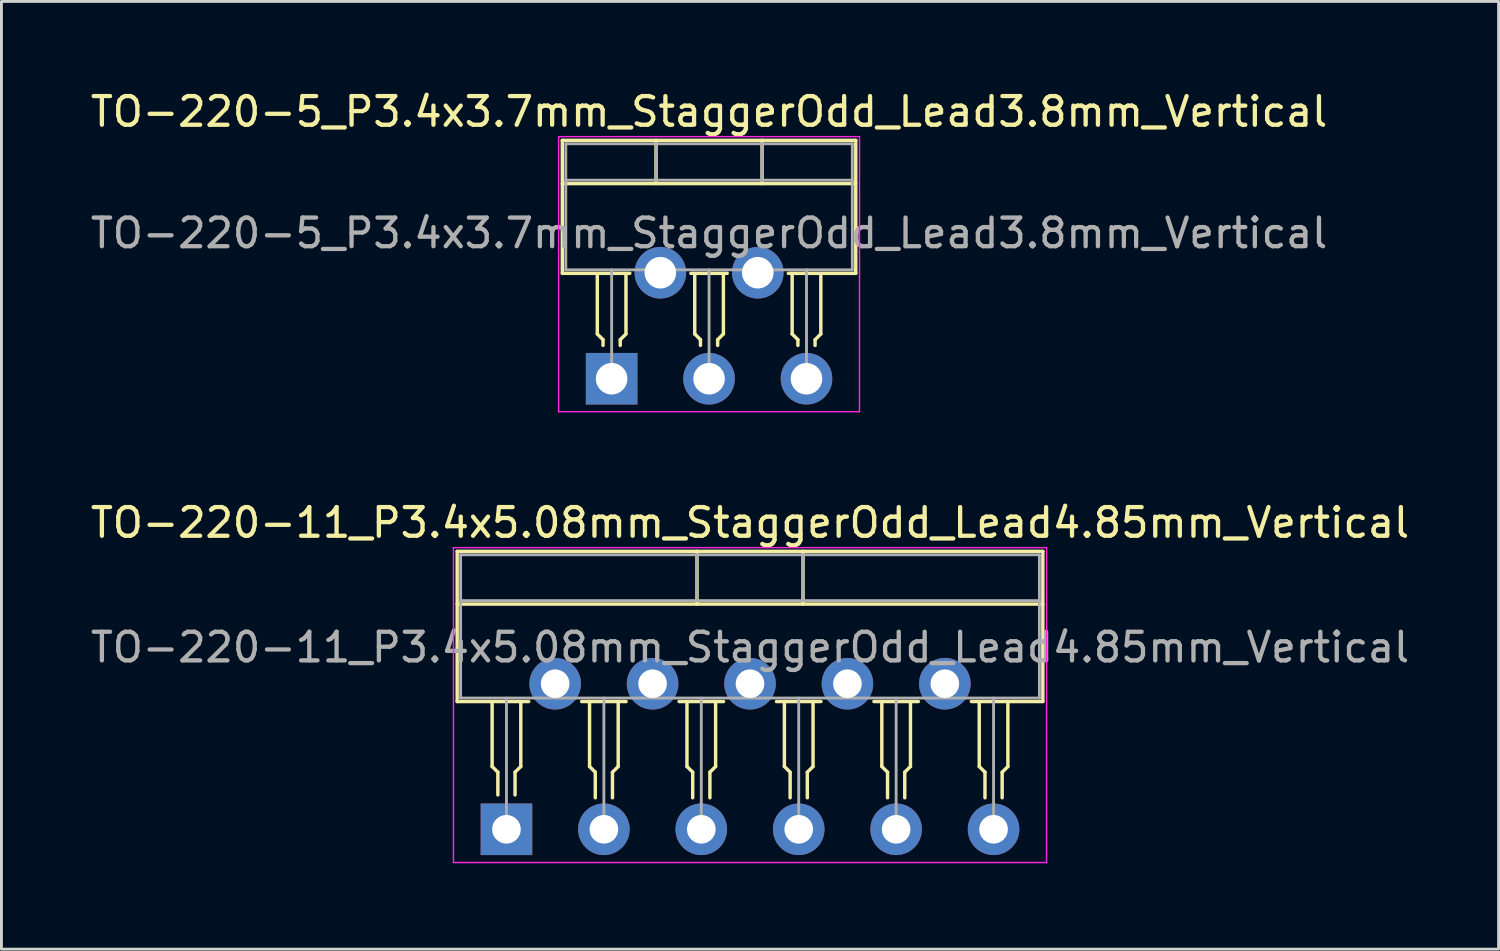
<source format=kicad_pcb>
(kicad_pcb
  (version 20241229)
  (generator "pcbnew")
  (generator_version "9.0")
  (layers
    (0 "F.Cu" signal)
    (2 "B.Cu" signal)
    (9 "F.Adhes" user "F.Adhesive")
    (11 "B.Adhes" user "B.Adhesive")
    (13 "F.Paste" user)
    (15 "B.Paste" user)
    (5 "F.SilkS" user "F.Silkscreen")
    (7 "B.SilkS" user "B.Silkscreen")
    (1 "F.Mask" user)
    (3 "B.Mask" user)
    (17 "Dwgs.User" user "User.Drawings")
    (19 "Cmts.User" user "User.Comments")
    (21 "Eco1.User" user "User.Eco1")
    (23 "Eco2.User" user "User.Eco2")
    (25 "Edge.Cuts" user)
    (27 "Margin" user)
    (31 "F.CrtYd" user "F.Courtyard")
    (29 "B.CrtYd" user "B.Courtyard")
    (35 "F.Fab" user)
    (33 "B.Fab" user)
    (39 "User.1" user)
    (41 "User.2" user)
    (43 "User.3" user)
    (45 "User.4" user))
  (footprint "TO-220-5_P3.4x3.7mm_StaggerOdd_Lead3.8mm_Vertical"
    (layer "F.Cu")
    (at 18.296 10.168)
    (property "Reference" "TO-220-5_P3.4x3.7mm_StaggerOdd_Lead3.8mm_Vertical" (at 3.4 -9.32 0) (layer "F.SilkS") (effects (font (size 1 1) (thickness 0.15))))
    (attr through_hole)
    (fp_line (start -1.721 -8.32) (end -1.721 -3.679) (stroke (width 0.12) (type solid)) (layer "F.SilkS"))
    (fp_line (start -1.721 -8.32) (end 8.52 -8.32) (stroke (width 0.12) (type solid)) (layer "F.SilkS"))
    (fp_line (start -1.721 -6.811) (end 8.52 -6.811) (stroke (width 0.12) (type solid)) (layer "F.SilkS"))
    (fp_line (start -1.721 -3.679) (end 0.635 -3.679) (stroke (width 0.12) (type solid)) (layer "F.SilkS"))
    (fp_line (start -0.5 -3.663) (end -0.5 -1.563) (stroke (width 0.12) (type solid)) (layer "F.SilkS"))
    (fp_line (start -0.5 -1.563) (end -0.3 -1.363) (stroke (width 0.12) (type solid)) (layer "F.SilkS"))
    (fp_line (start -0.3 -1.363) (end -0.3 -1.163) (stroke (width 0.12) (type solid)) (layer "F.SilkS"))
    (fp_line (start 0.3 -1.363) (end 0.3 -1.163) (stroke (width 0.12) (type solid)) (layer "F.SilkS"))
    (fp_line (start 0.5 -3.663) (end 0.5 -1.563) (stroke (width 0.12) (type solid)) (layer "F.SilkS"))
    (fp_line (start 0.5 -1.563) (end 0.3 -1.363) (stroke (width 0.12) (type solid)) (layer "F.SilkS"))
    (fp_line (start 1.55 -8.32) (end 1.55 -6.811) (stroke (width 0.12) (type solid)) (layer "F.SilkS"))
    (fp_line (start 2.765 -3.679) (end 4.035 -3.679) (stroke (width 0.12) (type solid)) (layer "F.SilkS"))
    (fp_line (start 2.9 -3.663) (end 2.9 -1.563) (stroke (width 0.12) (type solid)) (layer "F.SilkS"))
    (fp_line (start 2.9 -1.563) (end 3.1 -1.363) (stroke (width 0.12) (type solid)) (layer "F.SilkS"))
    (fp_line (start 3.1 -1.363) (end 3.1 -1.163) (stroke (width 0.12) (type solid)) (layer "F.SilkS"))
    (fp_line (start 3.7 -1.363) (end 3.7 -1.163) (stroke (width 0.12) (type solid)) (layer "F.SilkS"))
    (fp_line (start 3.9 -3.663) (end 3.9 -1.563) (stroke (width 0.12) (type solid)) (layer "F.SilkS"))
    (fp_line (start 3.9 -1.563) (end 3.7 -1.363) (stroke (width 0.12) (type solid)) (layer "F.SilkS"))
    (fp_line (start 5.25 -8.32) (end 5.25 -6.811) (stroke (width 0.12) (type solid)) (layer "F.SilkS"))
    (fp_line (start 6.165 -3.679) (end 8.52 -3.679) (stroke (width 0.12) (type solid)) (layer "F.SilkS"))
    (fp_line (start 6.3 -3.663) (end 6.3 -1.563) (stroke (width 0.12) (type solid)) (layer "F.SilkS"))
    (fp_line (start 6.3 -1.563) (end 6.5 -1.363) (stroke (width 0.12) (type solid)) (layer "F.SilkS"))
    (fp_line (start 6.5 -1.363) (end 6.5 -1.163) (stroke (width 0.12) (type solid)) (layer "F.SilkS"))
    (fp_line (start 7.1 -1.363) (end 7.1 -1.163) (stroke (width 0.12) (type solid)) (layer "F.SilkS"))
    (fp_line (start 7.3 -3.663) (end 7.3 -1.563) (stroke (width 0.12) (type solid)) (layer "F.SilkS"))
    (fp_line (start 7.3 -1.563) (end 7.1 -1.363) (stroke (width 0.12) (type solid)) (layer "F.SilkS"))
    (fp_line (start 8.52 -8.32) (end 8.52 -3.679) (stroke (width 0.12) (type solid)) (layer "F.SilkS"))
    (fp_line (start -1.85 -8.45) (end -1.85 1.15) (stroke (width 0.05) (type solid)) (layer "F.CrtYd"))
    (fp_line (start -1.85 1.15) (end 8.65 1.15) (stroke (width 0.05) (type solid)) (layer "F.CrtYd"))
    (fp_line (start 8.65 -8.45) (end -1.85 -8.45) (stroke (width 0.05) (type solid)) (layer "F.CrtYd"))
    (fp_line (start 8.65 1.15) (end 8.65 -8.45) (stroke (width 0.05) (type solid)) (layer "F.CrtYd"))
    (fp_line (start -1.6 -8.2) (end -1.6 -3.8) (stroke (width 0.1) (type solid)) (layer "F.Fab"))
    (fp_line (start -1.6 -6.93) (end 8.4 -6.93) (stroke (width 0.1) (type solid)) (layer "F.Fab"))
    (fp_line (start -1.6 -3.8) (end 8.4 -3.8) (stroke (width 0.1) (type solid)) (layer "F.Fab"))
    (fp_line (start 0 -3.8) (end 0 0) (stroke (width 0.1) (type solid)) (layer "F.Fab"))
    (fp_line (start 1.55 -8.2) (end 1.55 -6.93) (stroke (width 0.1) (type solid)) (layer "F.Fab"))
    (fp_line (start 1.7 -3.8) (end 1.7 -3.7) (stroke (width 0.1) (type solid)) (layer "F.Fab"))
    (fp_line (start 3.4 -3.8) (end 3.4 0) (stroke (width 0.1) (type solid)) (layer "F.Fab"))
    (fp_line (start 5.1 -3.8) (end 5.1 -3.7) (stroke (width 0.1) (type solid)) (layer "F.Fab"))
    (fp_line (start 5.25 -8.2) (end 5.25 -6.93) (stroke (width 0.1) (type solid)) (layer "F.Fab"))
    (fp_line (start 6.8 -3.8) (end 6.8 0) (stroke (width 0.1) (type solid)) (layer "F.Fab"))
    (fp_line (start 8.4 -8.2) (end -1.6 -8.2) (stroke (width 0.1) (type solid)) (layer "F.Fab"))
    (fp_line (start 8.4 -3.8) (end 8.4 -8.2) (stroke (width 0.1) (type solid)) (layer "F.Fab"))
    (fp_text user "${REFERENCE}" (at 3.4 -5.08 0) (layer "F.Fab") (effects (font (size 1 1) (thickness 0.15))))
    (pad "1" thru_hole rect (at 0 0) (size 1.8 1.8) (drill 1.1) (layers "*.Cu" "*.Mask"))
    (pad "2" thru_hole oval (at 1.7 -3.7) (size 1.8 1.8) (drill 1.1) (layers "*.Cu" "*.Mask"))
    (pad "3" thru_hole oval (at 3.4 0) (size 1.8 1.8) (drill 1.1) (layers "*.Cu" "*.Mask"))
    (pad "4" thru_hole oval (at 5.1 -3.7) (size 1.8 1.8) (drill 1.1) (layers "*.Cu" "*.Mask"))
    (pad "5" thru_hole oval (at 6.8 0) (size 1.8 1.8) (drill 1.1) (layers "*.Cu" "*.Mask")))
  (footprint "TO-220-11_P3.4x5.08mm_StaggerOdd_Lead4.85mm_Vertical"
    (layer "F.Cu")
    (at 14.625 25.892)
    (property "Reference" "TO-220-11_P3.4x5.08mm_StaggerOdd_Lead4.85mm_Vertical" (at 8.5 -10.7 0) (layer "F.SilkS") (effects (font (size 1 1) (thickness 0.15))))
    (attr through_hole)
    (fp_line (start -1.72 -9.7) (end -1.72 -4.459) (stroke (width 0.12) (type solid)) (layer "F.SilkS"))
    (fp_line (start -1.72 -9.7) (end 18.72 -9.7) (stroke (width 0.12) (type solid)) (layer "F.SilkS"))
    (fp_line (start -1.72 -7.86) (end 18.72 -7.86) (stroke (width 0.12) (type solid)) (layer "F.SilkS"))
    (fp_line (start -1.72 -4.459) (end 0.776 -4.459) (stroke (width 0.12) (type solid)) (layer "F.SilkS"))
    (fp_line (start -0.5 -4.442) (end -0.5 -2.192) (stroke (width 0.12) (type solid)) (layer "F.SilkS"))
    (fp_line (start -0.5 -2.192) (end -0.3 -1.992) (stroke (width 0.12) (type solid)) (layer "F.SilkS"))
    (fp_line (start -0.3 -1.2) (end -0.3 -1.992) (stroke (width 0.12) (type solid)) (layer "F.SilkS"))
    (fp_line (start 0.3 -1.2) (end 0.3 -1.992) (stroke (width 0.12) (type solid)) (layer "F.SilkS"))
    (fp_line (start 0.5 -4.442) (end 0.5 -2.192) (stroke (width 0.12) (type solid)) (layer "F.SilkS"))
    (fp_line (start 0.5 -2.192) (end 0.3 -1.992) (stroke (width 0.12) (type solid)) (layer "F.SilkS"))
    (fp_line (start 2.625 -4.459) (end 4.176 -4.459) (stroke (width 0.12) (type solid)) (layer "F.SilkS"))
    (fp_line (start 2.9 -4.442) (end 2.9 -2.192) (stroke (width 0.12) (type solid)) (layer "F.SilkS"))
    (fp_line (start 2.9 -2.192) (end 3.1 -1.992) (stroke (width 0.12) (type solid)) (layer "F.SilkS"))
    (fp_line (start 3.1 -1.1) (end 3.1 -1.992) (stroke (width 0.12) (type solid)) (layer "F.SilkS"))
    (fp_line (start 3.7 -1.1) (end 3.7 -1.992) (stroke (width 0.12) (type solid)) (layer "F.SilkS"))
    (fp_line (start 3.9 -4.442) (end 3.9 -2.192) (stroke (width 0.12) (type solid)) (layer "F.SilkS"))
    (fp_line (start 3.9 -2.192) (end 3.7 -1.992) (stroke (width 0.12) (type solid)) (layer "F.SilkS"))
    (fp_line (start 6.025 -4.459) (end 7.576 -4.459) (stroke (width 0.12) (type solid)) (layer "F.SilkS"))
    (fp_line (start 6.3 -4.442) (end 6.3 -2.192) (stroke (width 0.12) (type solid)) (layer "F.SilkS"))
    (fp_line (start 6.3 -2.192) (end 6.5 -1.992) (stroke (width 0.12) (type solid)) (layer "F.SilkS"))
    (fp_line (start 6.5 -1.1) (end 6.5 -1.992) (stroke (width 0.12) (type solid)) (layer "F.SilkS"))
    (fp_line (start 6.65 -9.7) (end 6.65 -7.86) (stroke (width 0.12) (type solid)) (layer "F.SilkS"))
    (fp_line (start 7.1 -1.1) (end 7.1 -1.992) (stroke (width 0.12) (type solid)) (layer "F.SilkS"))
    (fp_line (start 7.3 -4.442) (end 7.3 -2.192) (stroke (width 0.12) (type solid)) (layer "F.SilkS"))
    (fp_line (start 7.3 -2.192) (end 7.1 -1.992) (stroke (width 0.12) (type solid)) (layer "F.SilkS"))
    (fp_line (start 9.425 -4.459) (end 10.976 -4.459) (stroke (width 0.12) (type solid)) (layer "F.SilkS"))
    (fp_line (start 9.7 -4.442) (end 9.7 -2.192) (stroke (width 0.12) (type solid)) (layer "F.SilkS"))
    (fp_line (start 9.7 -2.192) (end 9.9 -1.992) (stroke (width 0.12) (type solid)) (layer "F.SilkS"))
    (fp_line (start 9.9 -1.1) (end 9.9 -1.992) (stroke (width 0.12) (type solid)) (layer "F.SilkS"))
    (fp_line (start 10.35 -9.7) (end 10.35 -7.86) (stroke (width 0.12) (type solid)) (layer "F.SilkS"))
    (fp_line (start 10.5 -1.1) (end 10.5 -1.992) (stroke (width 0.12) (type solid)) (layer "F.SilkS"))
    (fp_line (start 10.7 -4.442) (end 10.7 -2.192) (stroke (width 0.12) (type solid)) (layer "F.SilkS"))
    (fp_line (start 10.7 -2.192) (end 10.5 -1.992) (stroke (width 0.12) (type solid)) (layer "F.SilkS"))
    (fp_line (start 12.825 -4.459) (end 14.376 -4.459) (stroke (width 0.12) (type solid)) (layer "F.SilkS"))
    (fp_line (start 13.1 -4.442) (end 13.1 -2.192) (stroke (width 0.12) (type solid)) (layer "F.SilkS"))
    (fp_line (start 13.1 -2.192) (end 13.3 -1.992) (stroke (width 0.12) (type solid)) (layer "F.SilkS"))
    (fp_line (start 13.3 -1.1) (end 13.3 -1.992) (stroke (width 0.12) (type solid)) (layer "F.SilkS"))
    (fp_line (start 13.9 -1.1) (end 13.9 -1.992) (stroke (width 0.12) (type solid)) (layer "F.SilkS"))
    (fp_line (start 14.1 -4.442) (end 14.1 -2.192) (stroke (width 0.12) (type solid)) (layer "F.SilkS"))
    (fp_line (start 14.1 -2.192) (end 13.9 -1.992) (stroke (width 0.12) (type solid)) (layer "F.SilkS"))
    (fp_line (start 16.225 -4.459) (end 18.72 -4.459) (stroke (width 0.12) (type solid)) (layer "F.SilkS"))
    (fp_line (start 16.5 -4.442) (end 16.5 -2.192) (stroke (width 0.12) (type solid)) (layer "F.SilkS"))
    (fp_line (start 16.5 -2.192) (end 16.7 -1.992) (stroke (width 0.12) (type solid)) (layer "F.SilkS"))
    (fp_line (start 16.7 -1.1) (end 16.7 -1.992) (stroke (width 0.12) (type solid)) (layer "F.SilkS"))
    (fp_line (start 17.3 -1.1) (end 17.3 -1.992) (stroke (width 0.12) (type solid)) (layer "F.SilkS"))
    (fp_line (start 17.5 -4.442) (end 17.5 -2.192) (stroke (width 0.12) (type solid)) (layer "F.SilkS"))
    (fp_line (start 17.5 -2.192) (end 17.3 -1.992) (stroke (width 0.12) (type solid)) (layer "F.SilkS"))
    (fp_line (start 18.72 -9.7) (end 18.72 -4.459) (stroke (width 0.12) (type solid)) (layer "F.SilkS"))
    (fp_line (start -1.85 -9.83) (end -1.85 1.16) (stroke (width 0.05) (type solid)) (layer "F.CrtYd"))
    (fp_line (start -1.85 1.16) (end 18.85 1.16) (stroke (width 0.05) (type solid)) (layer "F.CrtYd"))
    (fp_line (start 18.85 -9.83) (end -1.85 -9.83) (stroke (width 0.05) (type solid)) (layer "F.CrtYd"))
    (fp_line (start 18.85 1.16) (end 18.85 -9.83) (stroke (width 0.05) (type solid)) (layer "F.CrtYd"))
    (fp_line (start -1.6 -9.58) (end -1.6 -4.58) (stroke (width 0.1) (type solid)) (layer "F.Fab"))
    (fp_line (start -1.6 -7.98) (end 18.6 -7.98) (stroke (width 0.1) (type solid)) (layer "F.Fab"))
    (fp_line (start -1.6 -4.58) (end 18.6 -4.58) (stroke (width 0.1) (type solid)) (layer "F.Fab"))
    (fp_line (start 0 -4.58) (end 0 0) (stroke (width 0.1) (type solid)) (layer "F.Fab"))
    (fp_line (start 3.4 -4.58) (end 3.4 0) (stroke (width 0.1) (type solid)) (layer "F.Fab"))
    (fp_line (start 6.65 -9.58) (end 6.65 -7.98) (stroke (width 0.1) (type solid)) (layer "F.Fab"))
    (fp_line (start 6.8 -4.58) (end 6.8 0) (stroke (width 0.1) (type solid)) (layer "F.Fab"))
    (fp_line (start 10.2 -4.58) (end 10.2 0) (stroke (width 0.1) (type solid)) (layer "F.Fab"))
    (fp_line (start 10.35 -9.58) (end 10.35 -7.98) (stroke (width 0.1) (type solid)) (layer "F.Fab"))
    (fp_line (start 13.6 -4.58) (end 13.6 0) (stroke (width 0.1) (type solid)) (layer "F.Fab"))
    (fp_line (start 17 -4.58) (end 17 0) (stroke (width 0.1) (type solid)) (layer "F.Fab"))
    (fp_line (start 18.6 -9.58) (end -1.6 -9.58) (stroke (width 0.1) (type solid)) (layer "F.Fab"))
    (fp_line (start 18.6 -4.58) (end 18.6 -9.58) (stroke (width 0.1) (type solid)) (layer "F.Fab"))
    (fp_text user "${REFERENCE}" (at 8.5 -6.35 0) (layer "F.Fab") (effects (font (size 1 1) (thickness 0.15))))
    (pad "1" thru_hole rect (at 0 0) (size 1.8 1.8) (drill 1) (layers "*.Cu" "*.Mask"))
    (pad "2" thru_hole oval (at 1.7 -5.08) (size 1.8 1.8) (drill 1) (layers "*.Cu" "*.Mask"))
    (pad "3" thru_hole oval (at 3.4 0) (size 1.8 1.8) (drill 1) (layers "*.Cu" "*.Mask"))
    (pad "4" thru_hole oval (at 5.1 -5.08) (size 1.8 1.8) (drill 1) (layers "*.Cu" "*.Mask"))
    (pad "5" thru_hole oval (at 6.8 0) (size 1.8 1.8) (drill 1) (layers "*.Cu" "*.Mask"))
    (pad "6" thru_hole oval (at 8.5 -5.08) (size 1.8 1.8) (drill 1) (layers "*.Cu" "*.Mask"))
    (pad "7" thru_hole oval (at 10.2 0) (size 1.8 1.8) (drill 1) (layers "*.Cu" "*.Mask"))
    (pad "8" thru_hole oval (at 11.9 -5.08) (size 1.8 1.8) (drill 1) (layers "*.Cu" "*.Mask"))
    (pad "9" thru_hole oval (at 13.6 0) (size 1.8 1.8) (drill 1) (layers "*.Cu" "*.Mask"))
    (pad "10" thru_hole oval (at 15.3 -5.08) (size 1.8 1.8) (drill 1) (layers "*.Cu" "*.Mask"))
    (pad "11" thru_hole oval (at 17 0) (size 1.8 1.8) (drill 1) (layers "*.Cu" "*.Mask")))
  (gr_rect
    (start -3 -3)
    (end 49.25 30.076)
    (stroke (width 0.1) (type default))
    (fill no)
    (layer "Edge.Cuts")))
</source>
